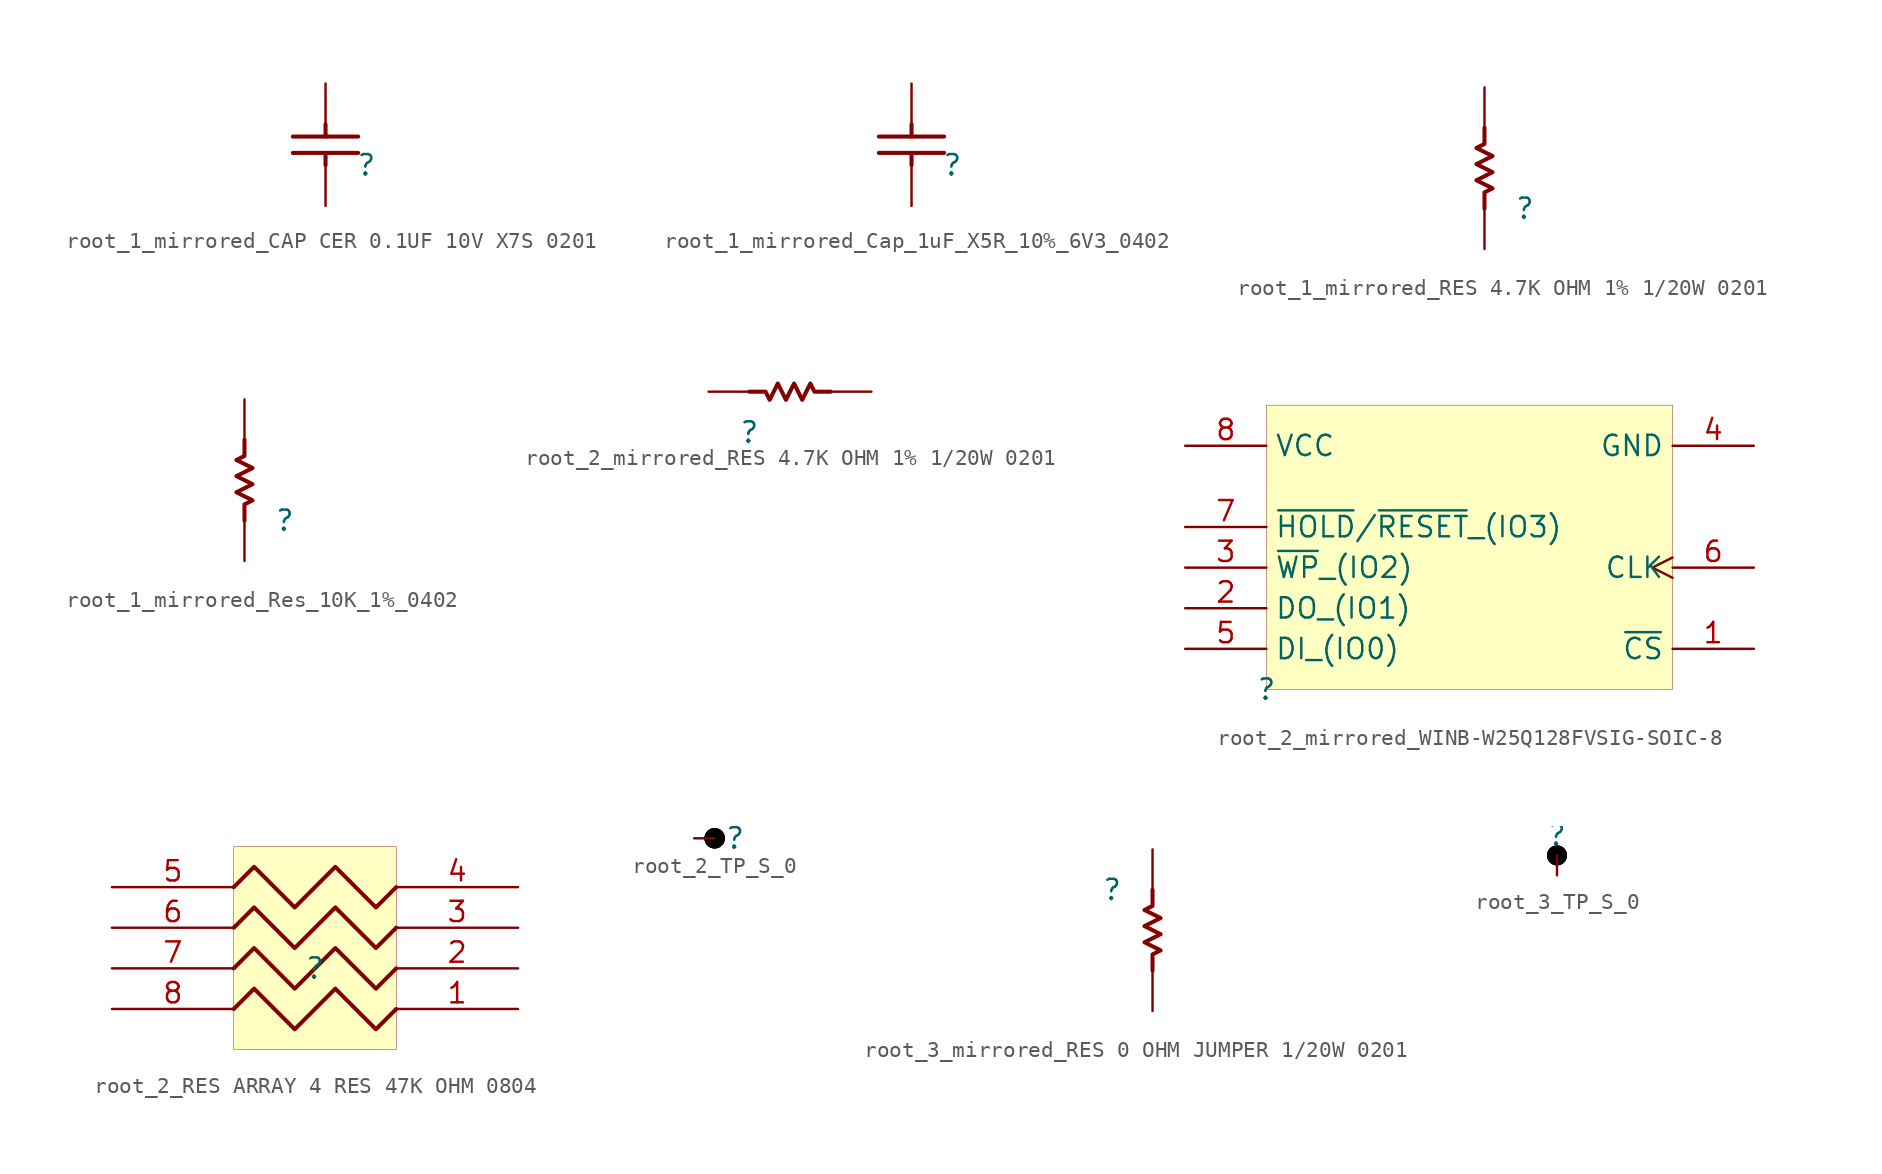
<source format=kicad_sym>
(kicad_symbol_lib
  (version 20231120)
  (generator "kicad_symbol_editor")
  (generator_version "8.0")
  (symbol "root_1_mirrored_CAP CER 0.1UF 10V X7S 0201"
    (property "Reference" ""
      (at 0 0 0)
      (effects (font (size 1.27 1.27))))
    (property "Value" ""
      (at 0 0 0)
      (effects (font (size 1.27 1.27))))
    (symbol "root_1_mirrored_CAP CER 0.1UF 10V X7S 0201_1_0"
      (polyline (pts (xy -4.572 0.762) (xy -0.508 0.762)) (stroke (width 0.254) (type solid)) (fill (type none)))
      (polyline (pts (xy -2.54 0) (xy -2.54 0.762)) (stroke (width 0.254) (type solid)) (fill (type none)))
      (polyline (pts (xy -2.54 2.54) (xy -2.54 1.778)) (stroke (width 0.254) (type solid)) (fill (type none)))
      (polyline (pts (xy -0.508 1.778) (xy -4.572 1.778)) (stroke (width 0.254) (type solid)) (fill (type none)))
      (pin passive line (at -2.54 -2.54 90) (length 2.54) (name "1" (effects (font (size 0 0)))) (number "1" (effects (font (size 0 0)))))
      (pin passive line (at -2.54 5.08 270) (length 2.54) (name "2" (effects (font (size 0 0)))) (number "2" (effects (font (size 0 0)))))))
  (symbol "root_1_mirrored_Cap_1uF_X5R_10%_6V3_0402"
    (property "Reference" ""
      (at 0 0 0)
      (effects (font (size 1.27 1.27))))
    (property "Value" ""
      (at 0 0 0)
      (effects (font (size 1.27 1.27))))
    (symbol "root_1_mirrored_Cap_1uF_X5R_10%_6V3_0402_1_0"
      (polyline (pts (xy -4.572 0.762) (xy -0.508 0.762)) (stroke (width 0.254) (type solid)) (fill (type none)))
      (polyline (pts (xy -2.54 0) (xy -2.54 0.762)) (stroke (width 0.254) (type solid)) (fill (type none)))
      (polyline (pts (xy -2.54 2.54) (xy -2.54 1.778)) (stroke (width 0.254) (type solid)) (fill (type none)))
      (polyline (pts (xy -0.508 1.778) (xy -4.572 1.778)) (stroke (width 0.254) (type solid)) (fill (type none)))
      (pin passive line (at -2.54 -2.54 90) (length 2.54) (name "1" (effects (font (size 0 0)))) (number "1" (effects (font (size 0 0)))))
      (pin passive line (at -2.54 5.08 270) (length 2.54) (name "2" (effects (font (size 0 0)))) (number "2" (effects (font (size 0 0)))))))
  (symbol "root_1_mirrored_RES 4.7K OHM 1% 1/20W 0201"
    (property "Reference" ""
      (at 0 0 0)
      (effects (font (size 1.27 1.27))))
    (property "Value" ""
      (at 0 0 0)
      (effects (font (size 1.27 1.27))))
    (symbol "root_1_mirrored_RES 4.7K OHM 1% 1/20W 0201_1_0"
      (polyline (pts (xy -2.54 5.08) (xy -2.54 4.064) (xy -3.048 3.81) (xy -2.032 3.302) (xy -3.048 2.794) (xy -2.032 2.286) (xy -3.048 1.778) (xy -2.032 1.27) (xy -2.54 1.016) (xy -2.54 0)) (stroke (width 0.254) (type solid)) (fill (type none)))
      (pin passive line (at -2.54 -2.54 90) (length 2.54) (name "1" (effects (font (size 0 0)))) (number "1" (effects (font (size 0 0)))))
      (pin passive line (at -2.54 7.62 270) (length 2.54) (name "2" (effects (font (size 0 0)))) (number "2" (effects (font (size 0 0)))))))
  (symbol "root_1_mirrored_Res_10K_1%_0402"
    (property "Reference" ""
      (at 0 0 0)
      (effects (font (size 1.27 1.27))))
    (property "Value" ""
      (at 0 0 0)
      (effects (font (size 1.27 1.27))))
    (symbol "root_1_mirrored_Res_10K_1%_0402_1_0"
      (polyline (pts (xy -2.54 5.08) (xy -2.54 4.064) (xy -3.048 3.81) (xy -2.032 3.302) (xy -3.048 2.794) (xy -2.032 2.286) (xy -3.048 1.778) (xy -2.032 1.27) (xy -2.54 1.016) (xy -2.54 0)) (stroke (width 0.254) (type solid)) (fill (type none)))
      (pin passive line (at -2.54 -2.54 90) (length 2.54) (name "1" (effects (font (size 0 0)))) (number "1" (effects (font (size 0 0)))))
      (pin passive line (at -2.54 7.62 270) (length 2.54) (name "2" (effects (font (size 0 0)))) (number "2" (effects (font (size 0 0)))))))
  (symbol "root_2_mirrored_RES 4.7K OHM 1% 1/20W 0201"
    (property "Reference" ""
      (at 0 0 0)
      (effects (font (size 1.27 1.27))))
    (property "Value" ""
      (at 0 0 0)
      (effects (font (size 1.27 1.27))))
    (symbol "root_2_mirrored_RES 4.7K OHM 1% 1/20W 0201_1_0"
      (polyline (pts (xy 5.08 2.54) (xy 4.064 2.54) (xy 3.81 3.048) (xy 3.302 2.032) (xy 2.794 3.048) (xy 2.286 2.032) (xy 1.778 3.048) (xy 1.27 2.032) (xy 1.016 2.54) (xy 0 2.54)) (stroke (width 0.254) (type solid)) (fill (type none)))
      (pin passive line (at -2.54 2.54 0) (length 2.54) (name "1" (effects (font (size 0 0)))) (number "1" (effects (font (size 0 0)))))
      (pin passive line (at 7.62 2.54 180) (length 2.54) (name "2" (effects (font (size 0 0)))) (number "2" (effects (font (size 0 0)))))))
  (symbol "root_2_mirrored_WINB-W25Q128FVSIG-SOIC-8"
    (property "Reference" ""
      (at 0 0 0)
      (effects (font (size 1.27 1.27))))
    (property "Value" ""
      (at 0 0 0)
      (effects (font (size 1.27 1.27))))
    (symbol "root_2_mirrored_WINB-W25Q128FVSIG-SOIC-8_1_0"
      (rectangle (start 25.4 17.78) (end 0 0) (stroke (width 0.025) (type solid) (color 128 0 0 1)) (fill (type background)))
      (pin input line (at 30.48 2.54 180) (length 5.08) (name "~{CS}" (effects (font (size 1.27 1.27)))) (number "1" (effects (font (size 1.27 1.27)))))
      (pin bidirectional line (at -5.08 5.08 0) (length 5.08) (name "DO_(IO1)" (effects (font (size 1.27 1.27)))) (number "2" (effects (font (size 1.27 1.27)))))
      (pin bidirectional line (at -5.08 7.62 0) (length 5.08) (name "~{WP}_(IO2)" (effects (font (size 1.27 1.27)))) (number "3" (effects (font (size 1.27 1.27)))))
      (pin power_in line (at 30.48 15.24 180) (length 5.08) (name "GND" (effects (font (size 1.27 1.27)))) (number "4" (effects (font (size 1.27 1.27)))))
      (pin bidirectional line (at -5.08 2.54 0) (length 5.08) (name "DI_(IO0)" (effects (font (size 1.27 1.27)))) (number "5" (effects (font (size 1.27 1.27)))))
      (pin input clock (at 30.48 7.62 180) (length 5.08) (name "CLK" (effects (font (size 1.27 1.27)))) (number "6" (effects (font (size 1.27 1.27)))))
      (pin bidirectional line (at -5.08 10.16 0) (length 5.08) (name "~{HOLD}/~{RESET}_(IO3)" (effects (font (size 1.27 1.27)))) (number "7" (effects (font (size 1.27 1.27)))))
      (pin power_in line (at -5.08 15.24 0) (length 5.08) (name "VCC" (effects (font (size 1.27 1.27)))) (number "8" (effects (font (size 1.27 1.27)))))))
  (symbol "root_2_RES ARRAY 4 RES 47K OHM 0804"
    (property "Reference" ""
      (at 0 0 0)
      (effects (font (size 1.27 1.27))))
    (property "Value" ""
      (at 0 0 0)
      (effects (font (size 1.27 1.27))))
    (symbol "root_2_RES ARRAY 4 RES 47K OHM 0804_1_0"
      (polyline (pts (xy 5.08 -2.54) (xy 3.81 -3.81) (xy 1.27 -1.27) (xy -1.27 -3.81) (xy -3.81 -1.27) (xy -5.08 -2.54)) (stroke (width 0.254) (type solid)) (fill (type none)))
      (polyline (pts (xy 5.08 0) (xy 3.81 -1.27) (xy 1.27 1.27) (xy -1.27 -1.27) (xy -3.81 1.27) (xy -5.08 0)) (stroke (width 0.254) (type solid)) (fill (type none)))
      (polyline (pts (xy 5.08 2.54) (xy 3.81 1.27) (xy 1.27 3.81) (xy -1.27 1.27) (xy -3.81 3.81) (xy -5.08 2.54)) (stroke (width 0.254) (type solid)) (fill (type none)))
      (polyline (pts (xy 5.08 5.08) (xy 3.81 3.81) (xy 1.27 6.35) (xy -1.27 3.81) (xy -3.81 6.35) (xy -5.08 5.08)) (stroke (width 0.254) (type solid)) (fill (type none)))
      (rectangle (start 5.08 7.62) (end -5.08 -5.08) (stroke (width 0.025) (type solid) (color 128 0 0 1)) (fill (type background)))
      (pin passive line (at 12.7 -2.54 180) (length 7.62) (name "" (effects (font (size 1.27 1.27)))) (number "1" (effects (font (size 1.27 1.27)))))
      (pin passive line (at 12.7 0 180) (length 7.62) (name "" (effects (font (size 1.27 1.27)))) (number "2" (effects (font (size 1.27 1.27)))))
      (pin passive line (at 12.7 2.54 180) (length 7.62) (name "" (effects (font (size 1.27 1.27)))) (number "3" (effects (font (size 1.27 1.27)))))
      (pin passive line (at 12.7 5.08 180) (length 7.62) (name "" (effects (font (size 1.27 1.27)))) (number "4" (effects (font (size 1.27 1.27)))))
      (pin passive line (at -12.7 5.08 0) (length 7.62) (name "" (effects (font (size 1.27 1.27)))) (number "5" (effects (font (size 1.27 1.27)))))
      (pin passive line (at -12.7 2.54 0) (length 7.62) (name "" (effects (font (size 1.27 1.27)))) (number "6" (effects (font (size 1.27 1.27)))))
      (pin passive line (at -12.7 0 0) (length 7.62) (name "" (effects (font (size 1.27 1.27)))) (number "7" (effects (font (size 1.27 1.27)))))
      (pin passive line (at -12.7 -2.54 0) (length 7.62) (name "" (effects (font (size 1.27 1.27)))) (number "8" (effects (font (size 1.27 1.27)))))))
  (symbol "root_2_TP_S_0"
    (property "Reference" ""
      (at 0 0 0)
      (effects (font (size 1.27 1.27))))
    (property "Value" ""
      (at 0 0 0)
      (effects (font (size 1.27 1.27))))
    (symbol "root_2_TP_S_0_1_0"
      (circle (center -1.27 0) (radius 0.508) (stroke (width 0.254) (type solid) (color 0 0 0 1)) (fill (type outline)))
      (circle (center -1.27 0) (radius 0.508) (stroke (width 0.254) (type solid) (color 0 0 0 1)) (fill (type outline)))
      (circle (center -1.27 0) (radius 0.508) (stroke (width 0.254) (type solid) (color 0 0 0 1)) (fill (type outline)))
      (pin passive line (at -2.54 0 0) (length 1.27) (name "" (effects (font (size 0 0)))) (number "1" (effects (font (size 0 0)))))))
  (symbol "root_3_mirrored_RES 0 OHM JUMPER 1/20W 0201"
    (property "Reference" ""
      (at 0 0 0)
      (effects (font (size 1.27 1.27))))
    (property "Value" ""
      (at 0 0 0)
      (effects (font (size 1.27 1.27))))
    (symbol "root_3_mirrored_RES 0 OHM JUMPER 1/20W 0201_1_0"
      (polyline (pts (xy 2.54 -5.08) (xy 2.54 -4.064) (xy 3.048 -3.81) (xy 2.032 -3.302) (xy 3.048 -2.794) (xy 2.032 -2.286) (xy 3.048 -1.778) (xy 2.032 -1.27) (xy 2.54 -1.016) (xy 2.54 0)) (stroke (width 0.254) (type solid)) (fill (type none)))
      (pin passive line (at 2.54 2.54 270) (length 2.54) (name "1" (effects (font (size 0 0)))) (number "1" (effects (font (size 0 0)))))
      (pin passive line (at 2.54 -7.62 90) (length 2.54) (name "2" (effects (font (size 0 0)))) (number "2" (effects (font (size 0 0)))))))
  (symbol "root_3_TP_S_0"
    (property "Reference" ""
      (at 0 0 0)
      (effects (font (size 1.27 1.27))))
    (property "Value" ""
      (at 0 0 0)
      (effects (font (size 1.27 1.27))))
    (symbol "root_3_TP_S_0_1_0"
      (circle (center 0 -1.27) (radius 0.508) (stroke (width 0.254) (type solid) (color 0 0 0 1)) (fill (type outline)))
      (circle (center 0 -1.27) (radius 0.508) (stroke (width 0.254) (type solid) (color 0 0 0 1)) (fill (type outline)))
      (circle (center 0 -1.27) (radius 0.508) (stroke (width 0.254) (type solid) (color 0 0 0 1)) (fill (type outline)))
      (pin passive line (at 0 -2.54 90) (length 1.27) (name "" (effects (font (size 0 0)))) (number "1" (effects (font (size 0 0))))))))
</source>
